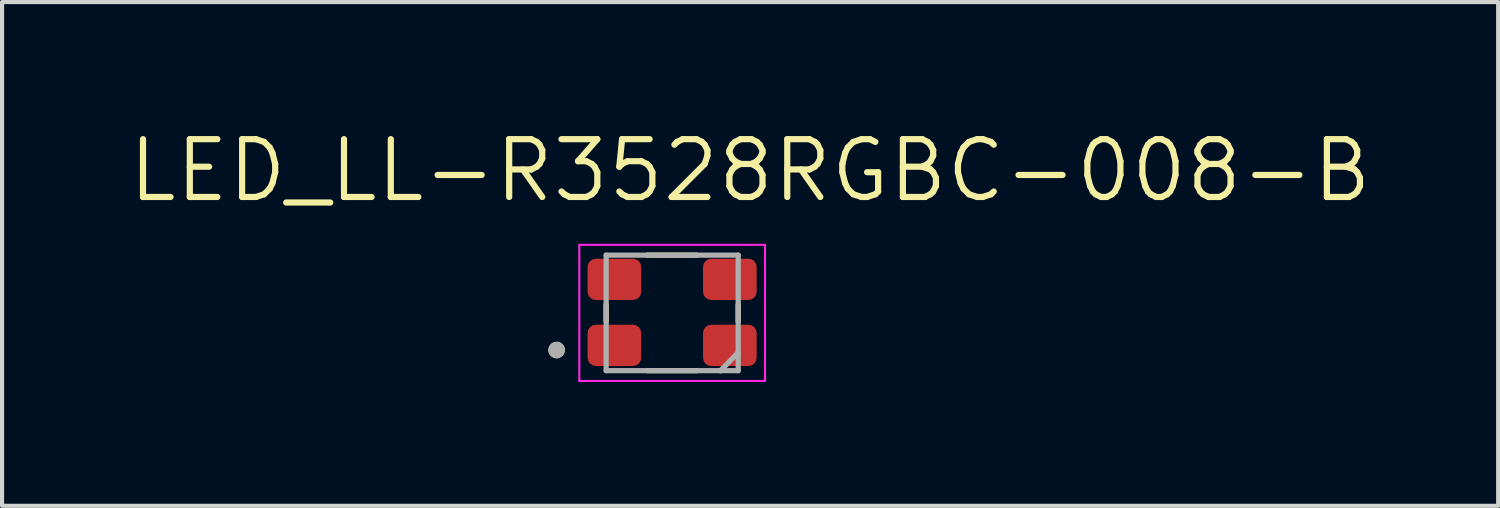
<source format=kicad_pcb>
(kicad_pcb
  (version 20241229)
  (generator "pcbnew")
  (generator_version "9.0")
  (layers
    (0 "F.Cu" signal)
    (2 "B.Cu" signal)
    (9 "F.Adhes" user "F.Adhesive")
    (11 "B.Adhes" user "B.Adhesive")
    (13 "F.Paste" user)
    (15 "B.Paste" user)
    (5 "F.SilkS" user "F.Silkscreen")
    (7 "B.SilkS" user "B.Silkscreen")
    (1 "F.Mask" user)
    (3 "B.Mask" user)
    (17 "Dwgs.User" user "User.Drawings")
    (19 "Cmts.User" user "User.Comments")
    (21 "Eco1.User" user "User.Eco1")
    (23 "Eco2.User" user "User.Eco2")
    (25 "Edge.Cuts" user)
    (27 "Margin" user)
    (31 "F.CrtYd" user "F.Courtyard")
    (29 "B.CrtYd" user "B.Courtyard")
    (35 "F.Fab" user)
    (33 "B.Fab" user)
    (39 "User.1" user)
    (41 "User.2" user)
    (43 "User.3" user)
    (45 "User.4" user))
  (footprint "LED_LL-R3528RGBC-008-B"
    (layer "F.Cu")
    (at 13.238 4.532)
    (property "Reference" "LED_LL-R3528RGBC-008-B" (at 1.888 -3.449 0) (layer "F.SilkS") (effects (font (size 1.401 1.401) (thickness 0.15))))
    (attr through_hole)
    (fp_line (start -1.6 -0.2) (end -1.6 0.2) (stroke (width 0.127) (type solid)) (layer "F.SilkS"))
    (fp_line (start -0.6 -1.4) (end 0.6 -1.4) (stroke (width 0.127) (type solid)) (layer "F.SilkS"))
    (fp_line (start -0.6 1.4) (end 0.6 1.4) (stroke (width 0.127) (type solid)) (layer "F.SilkS"))
    (fp_line (start 1.6 -0.2) (end 1.6 0.2) (stroke (width 0.127) (type solid)) (layer "F.SilkS"))
    (fp_circle (center -2.8 0.9) (end -2.7 0.9) (stroke (width 0.2) (type solid)) (fill no) (layer "F.SilkS"))
    (fp_line (start -2.25 -1.65) (end 2.25 -1.65) (stroke (width 0.05) (type solid)) (layer "F.CrtYd"))
    (fp_line (start -2.25 1.65) (end -2.25 -1.65) (stroke (width 0.05) (type solid)) (layer "F.CrtYd"))
    (fp_line (start 2.25 -1.65) (end 2.25 1.65) (stroke (width 0.05) (type solid)) (layer "F.CrtYd"))
    (fp_line (start 2.25 1.65) (end -2.25 1.65) (stroke (width 0.05) (type solid)) (layer "F.CrtYd"))
    (fp_line (start -1.6 -1.4) (end 1.6 -1.4) (stroke (width 0.127) (type solid)) (layer "F.Fab"))
    (fp_line (start -1.6 1.4) (end -1.6 -1.4) (stroke (width 0.127) (type solid)) (layer "F.Fab"))
    (fp_line (start 1.17 1.4) (end -1.6 1.4) (stroke (width 0.127) (type solid)) (layer "F.Fab"))
    (fp_line (start 1.17 1.4) (end 1.6 0.96) (stroke (width 0.127) (type solid)) (layer "F.Fab"))
    (fp_line (start 1.6 -1.4) (end 1.6 0.96) (stroke (width 0.127) (type solid)) (layer "F.Fab"))
    (fp_line (start 1.6 0.96) (end 1.6 1.4) (stroke (width 0.127) (type solid)) (layer "F.Fab"))
    (fp_line (start 1.6 1.4) (end 1.17 1.4) (stroke (width 0.127) (type solid)) (layer "F.Fab"))
    (fp_circle (center -2.8 0.9) (end -2.7 0.9) (stroke (width 0.2) (type solid)) (fill no) (layer "F.Fab"))
    (pad "1" smd roundrect (at -1.4 0.787) (size 1.3 1) (layers "F.Cu" "F.Mask" "F.Paste") (roundrect_rratio 0.2))
    (pad "2" smd roundrect (at 1.397 0.787) (size 1.3 1) (layers "F.Cu" "F.Mask" "F.Paste") (roundrect_rratio 0.2))
    (pad "3" smd roundrect (at -1.4 -0.813) (size 1.3 1) (layers "F.Cu" "F.Mask" "F.Paste") (roundrect_rratio 0.2))
    (pad "4" smd roundrect (at 1.397 -0.813) (size 1.3 1) (layers "F.Cu" "F.Mask" "F.Paste") (roundrect_rratio 0.2)))
  (gr_rect
    (start -3 -3)
    (end 33.253 9.207)
    (stroke (width 0.1) (type default))
    (fill no)
    (layer "Edge.Cuts")))
</source>
